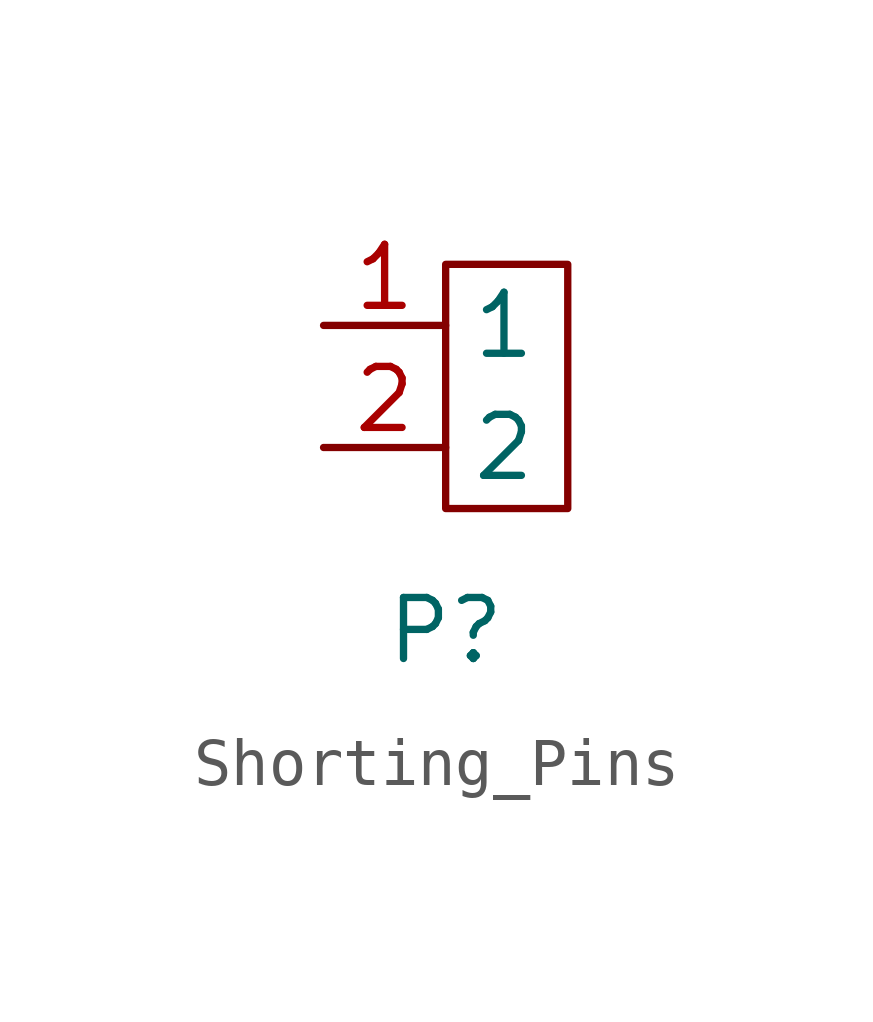
<source format=kicad_sym>
(kicad_symbol_lib
  (version 20231120)
  (generator "kicad_symbol_editor")
  (generator_version "8.0")
  (symbol "Shorting_Pins"
    (property "Reference" "P"
      (at 0 -5.08 0)
      (effects (font (size 1.27 1.27))))
    (property "Value" ""
      (at -2.54 0 0)
      (effects (font (size 1.27 1.27))))
    (symbol "Shorting_Pins_0_1"
      (rectangle (start 0 2.54) (end 2.54 -2.54) (stroke (width 0) (type default)) (fill (type none))))
    (symbol "Shorting_Pins_1_1"
      (pin input line (at -2.54 1.27 0) (length 2.54) (name "1" (effects (font (size 1.27 1.27)))) (number "1" (effects (font (size 1.27 1.27)))))
      (pin input line (at -2.54 -1.27 0) (length 2.54) (name "2" (effects (font (size 1.27 1.27)))) (number "2" (effects (font (size 1.27 1.27))))))))
</source>
